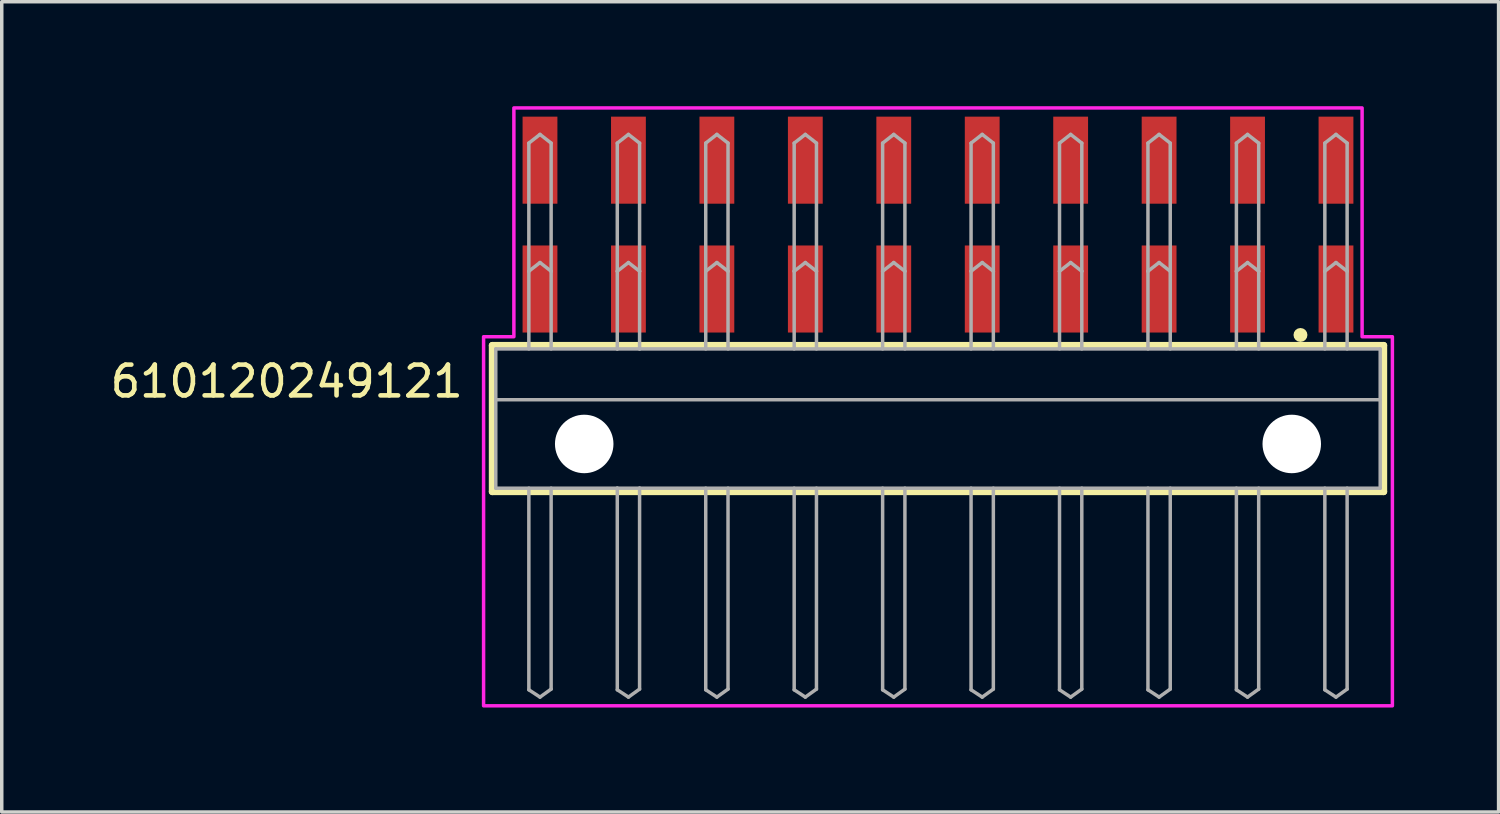
<source format=kicad_pcb>
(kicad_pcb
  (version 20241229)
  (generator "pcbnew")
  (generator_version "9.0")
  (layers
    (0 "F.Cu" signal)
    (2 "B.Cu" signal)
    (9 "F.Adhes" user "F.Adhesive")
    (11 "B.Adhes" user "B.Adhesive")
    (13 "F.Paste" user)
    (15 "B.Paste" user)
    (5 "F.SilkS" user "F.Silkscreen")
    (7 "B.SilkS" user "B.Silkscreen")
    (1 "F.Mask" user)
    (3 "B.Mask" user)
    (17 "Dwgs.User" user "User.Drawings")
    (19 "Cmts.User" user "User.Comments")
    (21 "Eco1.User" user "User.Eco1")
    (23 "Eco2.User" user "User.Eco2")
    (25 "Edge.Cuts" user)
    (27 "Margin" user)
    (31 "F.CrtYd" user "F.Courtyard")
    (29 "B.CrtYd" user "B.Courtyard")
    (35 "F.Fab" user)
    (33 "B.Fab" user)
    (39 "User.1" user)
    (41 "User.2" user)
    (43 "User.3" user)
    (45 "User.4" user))
  (footprint "610120249121"
    (layer "F.Cu")
    (at 23.888 9.7)
    (property "Reference" "610120249121" (at -13.566 -1.28 0) (unlocked yes) (layer "F.SilkS") (effects (font (size 0.884 0.884) (thickness 0.132)) (justify right bottom)))
    (fp_line (start -12.8 -2.83) (end 12.8 -2.83) (stroke (width 0.2) (type solid)) (layer "F.SilkS"))
    (fp_line (start -12.8 1.37) (end -12.8 -2.83) (stroke (width 0.2) (type solid)) (layer "F.SilkS"))
    (fp_line (start 12.8 -2.83) (end 12.8 1.37) (stroke (width 0.2) (type solid)) (layer "F.SilkS"))
    (fp_line (start 12.8 1.37) (end -12.8 1.37) (stroke (width 0.2) (type solid)) (layer "F.SilkS"))
    (fp_circle (center 10.41 -3.13) (end 10.51 -3.13) (stroke (width 0.2) (type solid)) (fill no) (layer "F.SilkS"))
    (fp_poly (pts (xy 12.18 -3.08) (xy 13.05 -3.08) (xy 13.05 7.52) (xy -13.05 7.52) (xy -13.05 -3.08) (xy -12.18 -3.08) (xy -12.18 -9.65) (xy 12.18 -9.65)) (stroke (width 0.1) (type default)) (fill no) (layer "F.CrtYd"))
    (fp_line (start -12.7 -2.73) (end -12.7 1.27) (stroke (width 0.1) (type solid)) (layer "F.Fab"))
    (fp_line (start -12.69 -1.27) (end 12.69 -1.27) (stroke (width 0.1) (type solid)) (layer "F.Fab"))
    (fp_line (start -11.75 -4.96) (end -11.75 -8.64) (stroke (width 0.1) (type solid)) (layer "F.Fab"))
    (fp_line (start -11.75 -2.73) (end -11.75 -4.96) (stroke (width 0.1) (type solid)) (layer "F.Fab"))
    (fp_line (start -11.75 1.27) (end -11.75 7.06) (stroke (width 0.1) (type solid)) (layer "F.Fab"))
    (fp_line (start -11.75 7.06) (end -11.43 7.27) (stroke (width 0.1) (type solid)) (layer "F.Fab"))
    (fp_line (start -11.43 -8.89) (end -11.75 -8.64) (stroke (width 0.1) (type solid)) (layer "F.Fab"))
    (fp_line (start -11.43 -8.89) (end -11.11 -8.64) (stroke (width 0.1) (type solid)) (layer "F.Fab"))
    (fp_line (start -11.43 -5.21) (end -11.75 -4.96) (stroke (width 0.1) (type solid)) (layer "F.Fab"))
    (fp_line (start -11.43 -5.21) (end -11.11 -4.96) (stroke (width 0.1) (type solid)) (layer "F.Fab"))
    (fp_line (start -11.43 7.27) (end -11.11 7.04) (stroke (width 0.1) (type solid)) (layer "F.Fab"))
    (fp_line (start -11.11 -8.64) (end -11.11 -4.96) (stroke (width 0.1) (type solid)) (layer "F.Fab"))
    (fp_line (start -11.11 -4.96) (end -11.11 -2.73) (stroke (width 0.1) (type solid)) (layer "F.Fab"))
    (fp_line (start -11.11 7.04) (end -11.11 1.27) (stroke (width 0.1) (type solid)) (layer "F.Fab"))
    (fp_line (start -9.21 -4.96) (end -9.21 -8.64) (stroke (width 0.1) (type solid)) (layer "F.Fab"))
    (fp_line (start -9.21 -2.73) (end -12.7 -2.73) (stroke (width 0.1) (type solid)) (layer "F.Fab"))
    (fp_line (start -9.21 -2.73) (end -9.21 -4.96) (stroke (width 0.1) (type solid)) (layer "F.Fab"))
    (fp_line (start -9.21 1.27) (end -12.7 1.27) (stroke (width 0.1) (type solid)) (layer "F.Fab"))
    (fp_line (start -9.21 1.27) (end -9.21 7.06) (stroke (width 0.1) (type solid)) (layer "F.Fab"))
    (fp_line (start -9.21 7.06) (end -8.89 7.27) (stroke (width 0.1) (type solid)) (layer "F.Fab"))
    (fp_line (start -8.89 -8.89) (end -9.21 -8.64) (stroke (width 0.1) (type solid)) (layer "F.Fab"))
    (fp_line (start -8.89 -8.89) (end -8.57 -8.64) (stroke (width 0.1) (type solid)) (layer "F.Fab"))
    (fp_line (start -8.89 -5.21) (end -9.21 -4.96) (stroke (width 0.1) (type solid)) (layer "F.Fab"))
    (fp_line (start -8.89 -5.21) (end -8.57 -4.96) (stroke (width 0.1) (type solid)) (layer "F.Fab"))
    (fp_line (start -8.89 7.27) (end -8.57 7.04) (stroke (width 0.1) (type solid)) (layer "F.Fab"))
    (fp_line (start -8.57 -8.64) (end -8.57 -4.96) (stroke (width 0.1) (type solid)) (layer "F.Fab"))
    (fp_line (start -8.57 -4.96) (end -8.57 -2.73) (stroke (width 0.1) (type solid)) (layer "F.Fab"))
    (fp_line (start -8.57 -2.73) (end -9.21 -2.73) (stroke (width 0.1) (type solid)) (layer "F.Fab"))
    (fp_line (start -8.57 1.27) (end -9.21 1.27) (stroke (width 0.1) (type solid)) (layer "F.Fab"))
    (fp_line (start -8.57 7.04) (end -8.57 1.27) (stroke (width 0.1) (type solid)) (layer "F.Fab"))
    (fp_line (start -6.67 -4.96) (end -6.67 -8.64) (stroke (width 0.1) (type solid)) (layer "F.Fab"))
    (fp_line (start -6.67 -2.73) (end -6.67 -4.96) (stroke (width 0.1) (type solid)) (layer "F.Fab"))
    (fp_line (start -6.67 1.27) (end -6.67 7.06) (stroke (width 0.1) (type solid)) (layer "F.Fab"))
    (fp_line (start -6.67 7.06) (end -6.35 7.27) (stroke (width 0.1) (type solid)) (layer "F.Fab"))
    (fp_line (start -6.35 -8.89) (end -6.67 -8.64) (stroke (width 0.1) (type solid)) (layer "F.Fab"))
    (fp_line (start -6.35 -8.89) (end -6.03 -8.64) (stroke (width 0.1) (type solid)) (layer "F.Fab"))
    (fp_line (start -6.35 -5.21) (end -6.67 -4.96) (stroke (width 0.1) (type solid)) (layer "F.Fab"))
    (fp_line (start -6.35 -5.21) (end -6.03 -4.96) (stroke (width 0.1) (type solid)) (layer "F.Fab"))
    (fp_line (start -6.35 7.27) (end -6.03 7.04) (stroke (width 0.1) (type solid)) (layer "F.Fab"))
    (fp_line (start -6.03 -8.64) (end -6.03 -4.96) (stroke (width 0.1) (type solid)) (layer "F.Fab"))
    (fp_line (start -6.03 -4.96) (end -6.03 -2.73) (stroke (width 0.1) (type solid)) (layer "F.Fab"))
    (fp_line (start -6.03 7.04) (end -6.03 1.27) (stroke (width 0.1) (type solid)) (layer "F.Fab"))
    (fp_line (start -4.13 -4.96) (end -4.13 -8.64) (stroke (width 0.1) (type solid)) (layer "F.Fab"))
    (fp_line (start -4.13 -2.73) (end -4.13 -4.96) (stroke (width 0.1) (type solid)) (layer "F.Fab"))
    (fp_line (start -4.13 1.27) (end -4.13 7.06) (stroke (width 0.1) (type solid)) (layer "F.Fab"))
    (fp_line (start -4.13 7.06) (end -3.81 7.27) (stroke (width 0.1) (type solid)) (layer "F.Fab"))
    (fp_line (start -3.81 -8.89) (end -4.13 -8.64) (stroke (width 0.1) (type solid)) (layer "F.Fab"))
    (fp_line (start -3.81 -8.89) (end -3.49 -8.64) (stroke (width 0.1) (type solid)) (layer "F.Fab"))
    (fp_line (start -3.81 -5.21) (end -4.13 -4.96) (stroke (width 0.1) (type solid)) (layer "F.Fab"))
    (fp_line (start -3.81 -5.21) (end -3.49 -4.96) (stroke (width 0.1) (type solid)) (layer "F.Fab"))
    (fp_line (start -3.81 7.27) (end -3.49 7.04) (stroke (width 0.1) (type solid)) (layer "F.Fab"))
    (fp_line (start -3.49 -8.64) (end -3.49 -4.96) (stroke (width 0.1) (type solid)) (layer "F.Fab"))
    (fp_line (start -3.49 -4.96) (end -3.49 -2.73) (stroke (width 0.1) (type solid)) (layer "F.Fab"))
    (fp_line (start -3.49 7.04) (end -3.49 1.27) (stroke (width 0.1) (type solid)) (layer "F.Fab"))
    (fp_line (start -1.59 -4.96) (end -1.59 -8.64) (stroke (width 0.1) (type solid)) (layer "F.Fab"))
    (fp_line (start -1.59 -2.73) (end -1.59 -4.96) (stroke (width 0.1) (type solid)) (layer "F.Fab"))
    (fp_line (start -1.59 1.27) (end -1.59 7.06) (stroke (width 0.1) (type solid)) (layer "F.Fab"))
    (fp_line (start -1.59 7.06) (end -1.27 7.27) (stroke (width 0.1) (type solid)) (layer "F.Fab"))
    (fp_line (start -1.27 -8.89) (end -1.59 -8.64) (stroke (width 0.1) (type solid)) (layer "F.Fab"))
    (fp_line (start -1.27 -8.89) (end -0.95 -8.64) (stroke (width 0.1) (type solid)) (layer "F.Fab"))
    (fp_line (start -1.27 -5.21) (end -1.59 -4.96) (stroke (width 0.1) (type solid)) (layer "F.Fab"))
    (fp_line (start -1.27 -5.21) (end -0.95 -4.96) (stroke (width 0.1) (type solid)) (layer "F.Fab"))
    (fp_line (start -1.27 7.27) (end -0.95 7.04) (stroke (width 0.1) (type solid)) (layer "F.Fab"))
    (fp_line (start -0.95 -8.64) (end -0.95 -4.96) (stroke (width 0.1) (type solid)) (layer "F.Fab"))
    (fp_line (start -0.95 -4.96) (end -0.95 -2.73) (stroke (width 0.1) (type solid)) (layer "F.Fab"))
    (fp_line (start -0.95 7.04) (end -0.95 1.27) (stroke (width 0.1) (type solid)) (layer "F.Fab"))
    (fp_line (start 0.95 -4.96) (end 0.95 -8.64) (stroke (width 0.1) (type solid)) (layer "F.Fab"))
    (fp_line (start 0.95 -2.73) (end 0.95 -4.96) (stroke (width 0.1) (type solid)) (layer "F.Fab"))
    (fp_line (start 0.95 1.27) (end 0.95 7.06) (stroke (width 0.1) (type solid)) (layer "F.Fab"))
    (fp_line (start 0.95 7.06) (end 1.27 7.27) (stroke (width 0.1) (type solid)) (layer "F.Fab"))
    (fp_line (start 1.27 -8.89) (end 0.95 -8.64) (stroke (width 0.1) (type solid)) (layer "F.Fab"))
    (fp_line (start 1.27 -8.89) (end 1.59 -8.64) (stroke (width 0.1) (type solid)) (layer "F.Fab"))
    (fp_line (start 1.27 -5.21) (end 0.95 -4.96) (stroke (width 0.1) (type solid)) (layer "F.Fab"))
    (fp_line (start 1.27 -5.21) (end 1.59 -4.96) (stroke (width 0.1) (type solid)) (layer "F.Fab"))
    (fp_line (start 1.27 7.27) (end 1.59 7.04) (stroke (width 0.1) (type solid)) (layer "F.Fab"))
    (fp_line (start 1.59 -8.64) (end 1.59 -4.96) (stroke (width 0.1) (type solid)) (layer "F.Fab"))
    (fp_line (start 1.59 -4.96) (end 1.59 -2.73) (stroke (width 0.1) (type solid)) (layer "F.Fab"))
    (fp_line (start 1.59 7.04) (end 1.59 1.27) (stroke (width 0.1) (type solid)) (layer "F.Fab"))
    (fp_line (start 3.49 -4.96) (end 3.49 -8.64) (stroke (width 0.1) (type solid)) (layer "F.Fab"))
    (fp_line (start 3.49 -2.73) (end 3.49 -4.96) (stroke (width 0.1) (type solid)) (layer "F.Fab"))
    (fp_line (start 3.49 1.27) (end 3.49 7.06) (stroke (width 0.1) (type solid)) (layer "F.Fab"))
    (fp_line (start 3.49 7.06) (end 3.81 7.27) (stroke (width 0.1) (type solid)) (layer "F.Fab"))
    (fp_line (start 3.81 -8.89) (end 3.49 -8.64) (stroke (width 0.1) (type solid)) (layer "F.Fab"))
    (fp_line (start 3.81 -8.89) (end 4.13 -8.64) (stroke (width 0.1) (type solid)) (layer "F.Fab"))
    (fp_line (start 3.81 -5.21) (end 3.49 -4.96) (stroke (width 0.1) (type solid)) (layer "F.Fab"))
    (fp_line (start 3.81 -5.21) (end 4.13 -4.96) (stroke (width 0.1) (type solid)) (layer "F.Fab"))
    (fp_line (start 3.81 7.27) (end 4.13 7.04) (stroke (width 0.1) (type solid)) (layer "F.Fab"))
    (fp_line (start 4.13 -8.64) (end 4.13 -4.96) (stroke (width 0.1) (type solid)) (layer "F.Fab"))
    (fp_line (start 4.13 -4.96) (end 4.13 -2.73) (stroke (width 0.1) (type solid)) (layer "F.Fab"))
    (fp_line (start 4.13 7.04) (end 4.13 1.27) (stroke (width 0.1) (type solid)) (layer "F.Fab"))
    (fp_line (start 6.03 -4.96) (end 6.03 -8.64) (stroke (width 0.1) (type solid)) (layer "F.Fab"))
    (fp_line (start 6.03 -2.73) (end 6.03 -4.96) (stroke (width 0.1) (type solid)) (layer "F.Fab"))
    (fp_line (start 6.03 1.27) (end 6.03 7.06) (stroke (width 0.1) (type solid)) (layer "F.Fab"))
    (fp_line (start 6.03 7.06) (end 6.35 7.27) (stroke (width 0.1) (type solid)) (layer "F.Fab"))
    (fp_line (start 6.35 -8.89) (end 6.03 -8.64) (stroke (width 0.1) (type solid)) (layer "F.Fab"))
    (fp_line (start 6.35 -8.89) (end 6.67 -8.64) (stroke (width 0.1) (type solid)) (layer "F.Fab"))
    (fp_line (start 6.35 -5.21) (end 6.03 -4.96) (stroke (width 0.1) (type solid)) (layer "F.Fab"))
    (fp_line (start 6.35 -5.21) (end 6.67 -4.96) (stroke (width 0.1) (type solid)) (layer "F.Fab"))
    (fp_line (start 6.35 7.27) (end 6.67 7.04) (stroke (width 0.1) (type solid)) (layer "F.Fab"))
    (fp_line (start 6.67 -8.64) (end 6.67 -4.96) (stroke (width 0.1) (type solid)) (layer "F.Fab"))
    (fp_line (start 6.67 -4.96) (end 6.67 -2.73) (stroke (width 0.1) (type solid)) (layer "F.Fab"))
    (fp_line (start 6.67 7.04) (end 6.67 1.27) (stroke (width 0.1) (type solid)) (layer "F.Fab"))
    (fp_line (start 8.57 -4.96) (end 8.57 -8.64) (stroke (width 0.1) (type solid)) (layer "F.Fab"))
    (fp_line (start 8.57 -2.73) (end 8.57 -4.96) (stroke (width 0.1) (type solid)) (layer "F.Fab"))
    (fp_line (start 8.57 1.27) (end 8.57 7.06) (stroke (width 0.1) (type solid)) (layer "F.Fab"))
    (fp_line (start 8.57 7.06) (end 8.89 7.27) (stroke (width 0.1) (type solid)) (layer "F.Fab"))
    (fp_line (start 8.89 -8.89) (end 8.57 -8.64) (stroke (width 0.1) (type solid)) (layer "F.Fab"))
    (fp_line (start 8.89 -8.89) (end 9.21 -8.64) (stroke (width 0.1) (type solid)) (layer "F.Fab"))
    (fp_line (start 8.89 -5.21) (end 8.57 -4.96) (stroke (width 0.1) (type solid)) (layer "F.Fab"))
    (fp_line (start 8.89 -5.21) (end 9.21 -4.96) (stroke (width 0.1) (type solid)) (layer "F.Fab"))
    (fp_line (start 8.89 7.27) (end 9.21 7.04) (stroke (width 0.1) (type solid)) (layer "F.Fab"))
    (fp_line (start 9.21 -8.64) (end 9.21 -4.96) (stroke (width 0.1) (type solid)) (layer "F.Fab"))
    (fp_line (start 9.21 -4.96) (end 9.21 -2.73) (stroke (width 0.1) (type solid)) (layer "F.Fab"))
    (fp_line (start 9.21 7.04) (end 9.21 1.27) (stroke (width 0.1) (type solid)) (layer "F.Fab"))
    (fp_line (start 11.11 -4.96) (end 11.11 -8.64) (stroke (width 0.1) (type solid)) (layer "F.Fab"))
    (fp_line (start 11.11 -2.73) (end 11.11 -4.96) (stroke (width 0.1) (type solid)) (layer "F.Fab"))
    (fp_line (start 11.11 1.27) (end 11.11 7.06) (stroke (width 0.1) (type solid)) (layer "F.Fab"))
    (fp_line (start 11.11 7.06) (end 11.43 7.27) (stroke (width 0.1) (type solid)) (layer "F.Fab"))
    (fp_line (start 11.43 -8.89) (end 11.11 -8.64) (stroke (width 0.1) (type solid)) (layer "F.Fab"))
    (fp_line (start 11.43 -8.89) (end 11.75 -8.64) (stroke (width 0.1) (type solid)) (layer "F.Fab"))
    (fp_line (start 11.43 -5.21) (end 11.11 -4.96) (stroke (width 0.1) (type solid)) (layer "F.Fab"))
    (fp_line (start 11.43 -5.21) (end 11.75 -4.96) (stroke (width 0.1) (type solid)) (layer "F.Fab"))
    (fp_line (start 11.43 7.27) (end 11.75 7.04) (stroke (width 0.1) (type solid)) (layer "F.Fab"))
    (fp_line (start 11.75 -8.64) (end 11.75 -4.96) (stroke (width 0.1) (type solid)) (layer "F.Fab"))
    (fp_line (start 11.75 -4.96) (end 11.75 -2.73) (stroke (width 0.1) (type solid)) (layer "F.Fab"))
    (fp_line (start 11.75 7.04) (end 11.75 1.27) (stroke (width 0.1) (type solid)) (layer "F.Fab"))
    (fp_line (start 12.7 -2.73) (end -8.57 -2.73) (stroke (width 0.1) (type solid)) (layer "F.Fab"))
    (fp_line (start 12.7 -2.73) (end 12.7 1.27) (stroke (width 0.1) (type solid)) (layer "F.Fab"))
    (fp_line (start 12.7 1.27) (end -8.57 1.27) (stroke (width 0.1) (type solid)) (layer "F.Fab"))
    (pad "" np_thru_hole circle (at -10.16 0) (size 1.68 1.68) (drill 1.68) (layers "*.Cu" "*.Mask"))
    (pad "" np_thru_hole circle (at 10.16 0) (size 1.68 1.68) (drill 1.68) (layers "*.Cu" "*.Mask"))
    (pad "1" smd rect (at 11.43 -4.45) (size 1 2.5) (layers "F.Cu" "F.Mask" "F.Paste"))
    (pad "2" smd rect (at 11.43 -8.15) (size 1 2.5) (layers "F.Cu" "F.Mask" "F.Paste"))
    (pad "3" smd rect (at 8.89 -4.45) (size 1 2.5) (layers "F.Cu" "F.Mask" "F.Paste"))
    (pad "4" smd rect (at 8.89 -8.15) (size 1 2.5) (layers "F.Cu" "F.Mask" "F.Paste"))
    (pad "5" smd rect (at 6.35 -4.45) (size 1 2.5) (layers "F.Cu" "F.Mask" "F.Paste"))
    (pad "6" smd rect (at 6.35 -8.15 180) (size 1 2.5) (layers "F.Cu" "F.Mask" "F.Paste"))
    (pad "7" smd rect (at 3.81 -4.45) (size 1 2.5) (layers "F.Cu" "F.Mask" "F.Paste"))
    (pad "8" smd rect (at 3.81 -8.15 180) (size 1 2.5) (layers "F.Cu" "F.Mask" "F.Paste"))
    (pad "9" smd rect (at 1.27 -4.45) (size 1 2.5) (layers "F.Cu" "F.Mask" "F.Paste"))
    (pad "10" smd rect (at 1.27 -8.15 180) (size 1 2.5) (layers "F.Cu" "F.Mask" "F.Paste"))
    (pad "11" smd rect (at -1.27 -4.45) (size 1 2.5) (layers "F.Cu" "F.Mask" "F.Paste"))
    (pad "12" smd rect (at -1.27 -8.15 180) (size 1 2.5) (layers "F.Cu" "F.Mask" "F.Paste"))
    (pad "13" smd rect (at -3.81 -4.45) (size 1 2.5) (layers "F.Cu" "F.Mask" "F.Paste"))
    (pad "14" smd rect (at -3.81 -8.15 180) (size 1 2.5) (layers "F.Cu" "F.Mask" "F.Paste"))
    (pad "15" smd rect (at -6.35 -4.45) (size 1 2.5) (layers "F.Cu" "F.Mask" "F.Paste"))
    (pad "16" smd rect (at -6.35 -8.15 180) (size 1 2.5) (layers "F.Cu" "F.Mask" "F.Paste"))
    (pad "17" smd rect (at -8.89 -4.45) (size 1 2.5) (layers "F.Cu" "F.Mask" "F.Paste"))
    (pad "18" smd rect (at -8.89 -8.15 180) (size 1 2.5) (layers "F.Cu" "F.Mask" "F.Paste"))
    (pad "19" smd rect (at -11.43 -4.45) (size 1 2.5) (layers "F.Cu" "F.Mask" "F.Paste"))
    (pad "20" smd rect (at -11.43 -8.15 180) (size 1 2.5) (layers "F.Cu" "F.Mask" "F.Paste")))
  (gr_rect
    (start -3 -3)
    (end 39.988 20.27)
    (stroke (width 0.1) (type default))
    (fill no)
    (layer "Edge.Cuts")))
</source>
